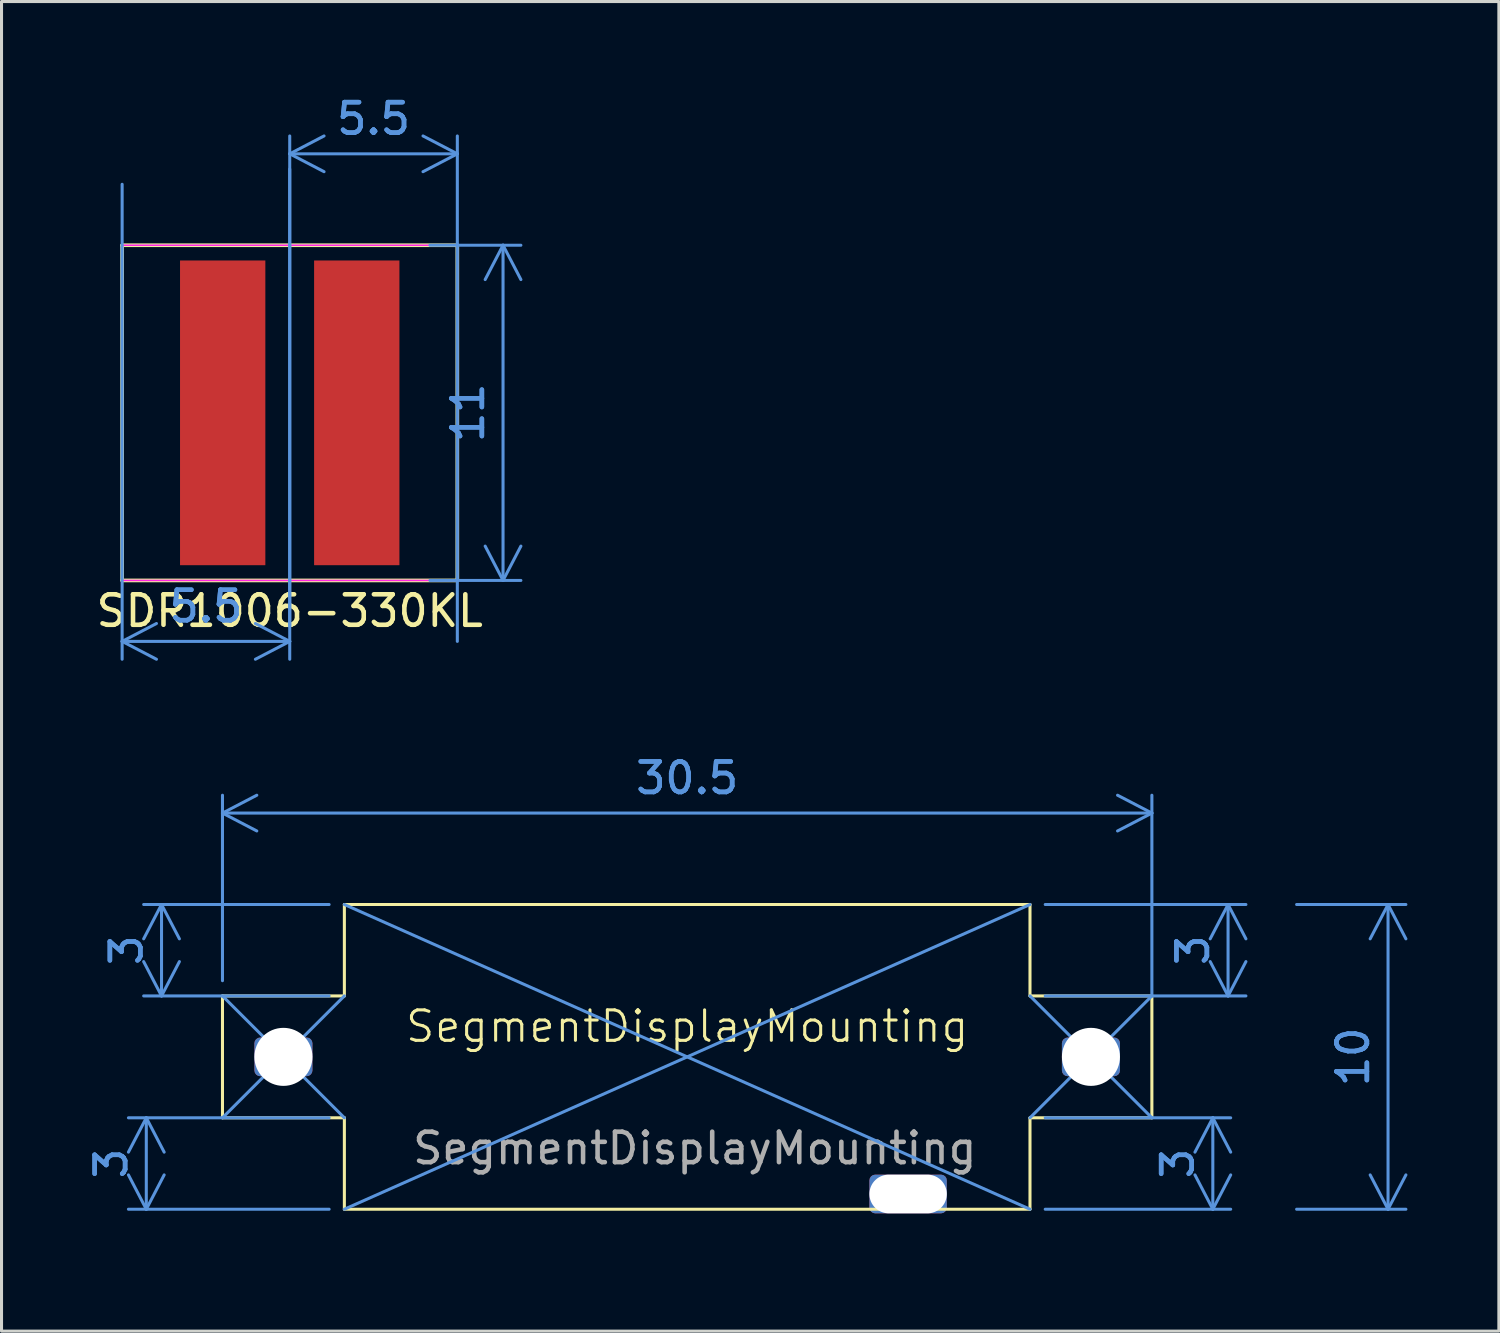
<source format=kicad_pcb>
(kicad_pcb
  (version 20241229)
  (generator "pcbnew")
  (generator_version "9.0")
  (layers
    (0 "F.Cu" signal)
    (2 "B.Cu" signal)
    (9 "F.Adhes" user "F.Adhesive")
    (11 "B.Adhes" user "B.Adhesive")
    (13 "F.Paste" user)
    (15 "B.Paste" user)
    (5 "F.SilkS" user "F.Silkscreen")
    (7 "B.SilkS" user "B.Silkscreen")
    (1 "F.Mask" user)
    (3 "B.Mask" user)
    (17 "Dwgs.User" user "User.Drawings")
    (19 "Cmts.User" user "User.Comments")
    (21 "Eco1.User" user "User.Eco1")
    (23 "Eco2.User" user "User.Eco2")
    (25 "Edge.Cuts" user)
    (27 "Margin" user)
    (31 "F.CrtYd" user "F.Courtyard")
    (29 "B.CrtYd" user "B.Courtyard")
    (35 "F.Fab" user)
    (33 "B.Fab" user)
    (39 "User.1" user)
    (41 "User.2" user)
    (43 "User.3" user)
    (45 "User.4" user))
  (footprint "SDR1006-330KL"
    (layer "F.Cu")
    (at 6.458 10.498)
    (property "Reference" "SDR1006-330KL" (at 0 6.5 0) (layer "F.SilkS") (effects (font (size 1 1) (thickness 0.15))))
    (attr smd)
    (fp_line (start -5.5 -5.5) (end 5.5 -5.5) (stroke (width 0.12) (type default)) (layer "F.SilkS"))
    (fp_line (start -5.5 5.5) (end -5.5 -5.5) (stroke (width 0.12) (type default)) (layer "F.SilkS"))
    (fp_line (start 5.5 -5.5) (end 5.5 5.5) (stroke (width 0.12) (type default)) (layer "F.SilkS"))
    (fp_line (start 5.5 5.5) (end -5.5 5.5) (stroke (width 0.12) (type default)) (layer "F.SilkS"))
    (fp_line (start -5.5 -5.5) (end 5.5 -5.5) (stroke (width 0.05) (type default)) (layer "F.CrtYd"))
    (fp_line (start -5.5 5.5) (end -5.5 -5.5) (stroke (width 0.05) (type default)) (layer "F.CrtYd"))
    (fp_line (start 5.5 -5.5) (end 5.5 5.5) (stroke (width 0.05) (type default)) (layer "F.CrtYd"))
    (fp_line (start 5.5 5.5) (end -5.5 5.5) (stroke (width 0.05) (type default)) (layer "F.CrtYd"))
    (dimension (type orthogonal) (layer "Cmts.User") (pts (xy 10.558 4.998) (xy 10.558 15.998)) (height 2.9) (orientation 1) (format (prefix "") (suffix "") (units 3) (units_format 0) (precision 4) (suppress_zeroes yes)) (style (thickness 0.1) (arrow_length 1.27) (text_position_mode 0) (arrow_direction outward) (extension_height 0.586) (extension_offset 0.5) (keep_text_aligned yes)) (gr_text "11" (at 12.308 10.498 90) (layer "Cmts.User") (effects (font (size 1 1) (thickness 0.15)))))
    (dimension (type orthogonal) (layer "Cmts.User") (pts (xy 6.458 1.998) (xy 0.958 2.498)) (height 16) (orientation 0) (format (prefix "") (suffix "") (units 3) (units_format 0) (precision 4) (suppress_zeroes yes)) (style (thickness 0.1) (arrow_length 1.27) (text_position_mode 0) (arrow_direction outward) (extension_height 0.586) (extension_offset 0.5) (keep_text_aligned yes)) (gr_text "5.5" (at 3.708 16.848 0) (layer "Cmts.User") (effects (font (size 1 1) (thickness 0.15)))))
    (dimension (type orthogonal) (layer "Cmts.User") (pts (xy 6.458 17.998) (xy 11.958 18.498)) (height -16) (orientation 0) (format (prefix "") (suffix "") (units 3) (units_format 0) (precision 4) (suppress_zeroes yes)) (style (thickness 0.1) (arrow_length 1.27) (text_position_mode 0) (arrow_direction outward) (extension_height 0.586) (extension_offset 0.5) (keep_text_aligned yes)) (gr_text "5.5" (at 9.208 0.848 0) (layer "Cmts.User") (effects (font (size 1 1) (thickness 0.15)))))
    (pad "1" smd rect (at -2.2 0) (size 2.8 10) (layers "F.Cu" "F.Mask" "F.Paste"))
    (pad "2" smd rect (at 2.2 0) (size 2.8 10) (layers "F.Cu" "F.Mask" "F.Paste")))
  (footprint "SegmentDisplayMounting"
    (layer "F.Cu")
    (at 19.501 31.633)
    (property "Reference" "SegmentDisplayMounting" (at 0 -1 0) (unlocked yes) (layer "F.SilkS") (effects (font (size 1 1) (thickness 0.1))))
    (attr smd)
    (fp_line (start -15.25 -2) (end -15.25 2) (stroke (width 0.1) (type default)) (layer "F.SilkS"))
    (fp_line (start -15.25 -2) (end -11.25 -2) (stroke (width 0.1) (type default)) (layer "F.SilkS"))
    (fp_line (start -15.25 2) (end -11.25 2) (stroke (width 0.1) (type default)) (layer "F.SilkS"))
    (fp_line (start -11.25 -5) (end -11.25 -2) (stroke (width 0.1) (type default)) (layer "F.SilkS"))
    (fp_line (start -11.25 -5) (end 11.25 -5) (stroke (width 0.1) (type default)) (layer "F.SilkS"))
    (fp_line (start -11.25 2) (end -11.25 5) (stroke (width 0.1) (type default)) (layer "F.SilkS"))
    (fp_line (start 11.25 -2) (end 11.25 -5) (stroke (width 0.1) (type default)) (layer "F.SilkS"))
    (fp_line (start 11.25 5) (end -11.25 5) (stroke (width 0.1) (type default)) (layer "F.SilkS"))
    (fp_line (start 11.25 5) (end 11.25 2) (stroke (width 0.1) (type default)) (layer "F.SilkS"))
    (fp_line (start 15.25 -2) (end 11.25 -2) (stroke (width 0.1) (type default)) (layer "F.SilkS"))
    (fp_line (start 15.25 2) (end 11.25 2) (stroke (width 0.1) (type default)) (layer "F.SilkS"))
    (fp_line (start 15.25 2) (end 15.25 -2) (stroke (width 0.1) (type default)) (layer "F.SilkS"))
    (fp_line (start -11.25 -5) (end 11.25 5) (stroke (width 0.1) (type default)) (layer "Cmts.User"))
    (fp_line (start -11.25 -2) (end -15.25 2) (stroke (width 0.1) (type default)) (layer "Cmts.User"))
    (fp_line (start -11.25 2) (end -15.25 -2) (stroke (width 0.1) (type default)) (layer "Cmts.User"))
    (fp_line (start 11.25 -5) (end -11.25 5) (stroke (width 0.1) (type default)) (layer "Cmts.User"))
    (fp_line (start 11.25 -2) (end 15.25 2) (stroke (width 0.1) (type default)) (layer "Cmts.User"))
    (fp_line (start 11.25 2) (end 15.25 -2) (stroke (width 0.1) (type default)) (layer "Cmts.User"))
    (fp_text user "${REFERENCE}" (at 0.25 3 0) (unlocked yes) (layer "F.Fab") (effects (font (size 1 1) (thickness 0.15))))
    (dimension (type orthogonal) (layer "Cmts.User") (pts (xy 4.251 29.633) (xy 34.751 30.133)) (height -6) (orientation 0) (format (prefix "") (suffix "") (units 3) (units_format 0) (precision 4) (suppress_zeroes yes)) (style (thickness 0.1) (arrow_length 1.27) (text_position_mode 0) (arrow_direction outward) (extension_height 0.586) (extension_offset 0.5) (keep_text_aligned yes)) (gr_text "30.5" (at 19.501 22.483 0) (layer "Cmts.User") (effects (font (size 1 1) (thickness 0.15)))))
    (dimension (type orthogonal) (layer "Cmts.User") (pts (xy 39.001 36.633) (xy 39.001 26.633)) (height 3.5) (orientation 1) (format (prefix "") (suffix "") (units 3) (units_format 0) (precision 4) (suppress_zeroes yes)) (style (thickness 0.1) (arrow_length 1.27) (text_position_mode 0) (arrow_direction outward) (extension_height 0.586) (extension_offset 0.5) (keep_text_aligned yes)) (gr_text "10" (at 41.351 31.633 90) (layer "Cmts.User") (effects (font (size 1 1) (thickness 0.15)))))
    (dimension (type orthogonal) (layer "Cmts.User") (pts (xy 30.751 26.633) (xy 30.751 29.633)) (height 6.5) (orientation 1) (format (prefix "") (suffix "") (units 3) (units_format 0) (precision 4) (suppress_zeroes yes)) (style (thickness 0.1) (arrow_length 1.27) (text_position_mode 0) (arrow_direction outward) (extension_height 0.586) (extension_offset 0.5) (keep_text_aligned yes)) (gr_text "3" (at 36.101 28.133 90) (layer "Cmts.User") (effects (font (size 1 1) (thickness 0.15)))))
    (dimension (type orthogonal) (layer "Cmts.User") (pts (xy 8.251 26.633) (xy 8.251 29.633)) (height -6) (orientation 1) (format (prefix "") (suffix "") (units 3) (units_format 0) (precision 4) (suppress_zeroes yes)) (style (thickness 0.1) (arrow_length 1.27) (text_position_mode 0) (arrow_direction outward) (extension_height 0.586) (extension_offset 0.5) (keep_text_aligned yes)) (gr_text "3" (at 1.101 28.133 90) (layer "Cmts.User") (effects (font (size 1 1) (thickness 0.15)))))
    (dimension (type orthogonal) (layer "Cmts.User") (pts (xy 30.751 36.633) (xy 30.751 33.633)) (height 6) (orientation 1) (format (prefix "") (suffix "") (units 3) (units_format 0) (precision 4) (suppress_zeroes yes)) (style (thickness 0.1) (arrow_length 1.27) (text_position_mode 0) (arrow_direction outward) (extension_height 0.586) (extension_offset 0.5) (keep_text_aligned yes)) (gr_text "3" (at 35.601 35.133 90) (layer "Cmts.User") (effects (font (size 1 1) (thickness 0.15)))))
    (dimension (type orthogonal) (layer "Cmts.User") (pts (xy 8.251 36.633) (xy 8.251 33.633)) (height -6.5) (orientation 1) (format (prefix "") (suffix "") (units 3) (units_format 0) (precision 4) (suppress_zeroes yes)) (style (thickness 0.1) (arrow_length 1.27) (text_position_mode 0) (arrow_direction outward) (extension_height 0.586) (extension_offset 0.5) (keep_text_aligned yes)) (gr_text "3" (at 0.601 35.133 90) (layer "Cmts.User") (effects (font (size 1 1) (thickness 0.15)))))
    (pad "" np_thru_hole roundrect (at -13.25 0 180) (size 1.905 1.27) (drill 3.5) (layers "*.Cu") (roundrect_rratio 0.15))
    (pad "" np_thru_hole roundrect (at 7.25 4.5) (size 2.54 1.27) (drill oval 7 3) (layers "*.Cu" "*.Mask") (roundrect_rratio 0.15))
    (pad "" np_thru_hole roundrect (at 13.25 0) (size 1.905 1.27) (drill 3.5) (layers "*.Cu") (roundrect_rratio 0.15)))
  (gr_rect
    (start -3 -3)
    (end 46.138 40.633)
    (stroke (width 0.1) (type default))
    (fill no)
    (layer "Edge.Cuts")))
</source>
